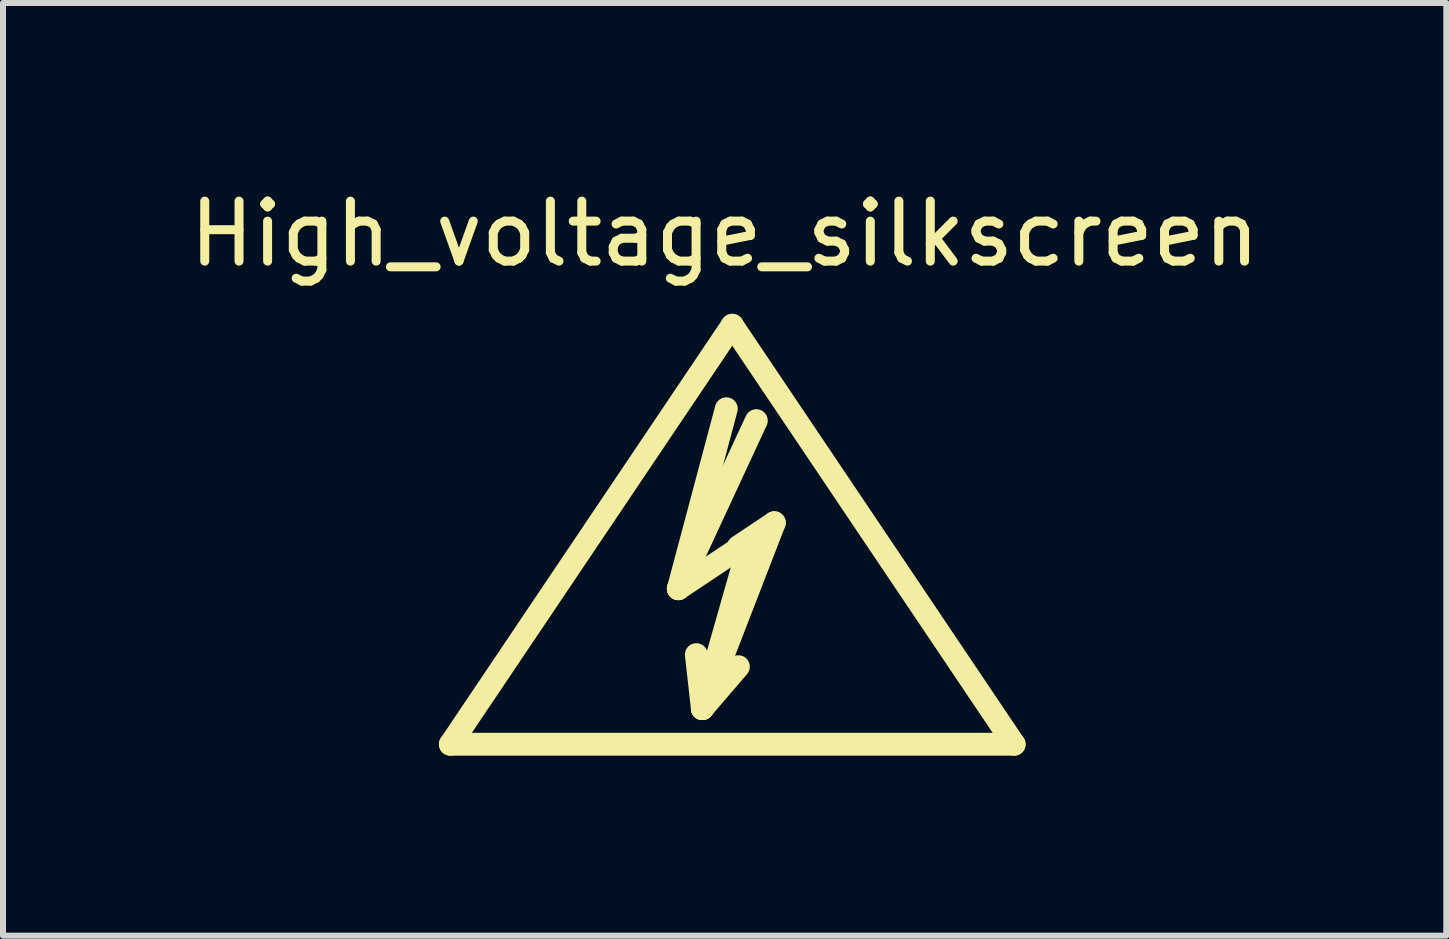
<source format=kicad_pcb>
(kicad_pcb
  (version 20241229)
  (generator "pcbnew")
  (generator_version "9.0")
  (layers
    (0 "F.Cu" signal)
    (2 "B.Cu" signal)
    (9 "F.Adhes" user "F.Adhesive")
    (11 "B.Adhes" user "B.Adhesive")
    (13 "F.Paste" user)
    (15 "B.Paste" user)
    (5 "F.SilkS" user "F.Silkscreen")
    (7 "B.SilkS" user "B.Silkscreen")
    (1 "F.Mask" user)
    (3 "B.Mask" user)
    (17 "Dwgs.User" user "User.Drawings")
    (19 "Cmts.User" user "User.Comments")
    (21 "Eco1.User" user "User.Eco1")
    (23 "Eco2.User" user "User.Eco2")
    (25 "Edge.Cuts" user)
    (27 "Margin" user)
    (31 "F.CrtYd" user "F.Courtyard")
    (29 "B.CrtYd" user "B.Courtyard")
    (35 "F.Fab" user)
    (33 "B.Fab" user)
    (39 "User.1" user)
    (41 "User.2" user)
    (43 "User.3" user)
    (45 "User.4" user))
  (footprint "High_voltage_silkscreen"
    (layer "F.Cu")
    (at 9.157 6.563)
    (property "Reference" "High_voltage_silkscreen" (at -0.127 -5.715 0) (layer "F.SilkS") (effects (font (size 1 1) (thickness 0.15))))
    (attr exclude_from_pos_files exclude_from_bom)
    (fp_line (start -4.699 2.794) (end 0 -4.191) (stroke (width 0.381) (type solid)) (layer "F.SilkS"))
    (fp_line (start -0.899 0.201) (end 0.3 -0.599) (stroke (width 0.381) (type solid)) (layer "F.SilkS"))
    (fp_line (start -0.899 0.201) (end 0.401 -2.601) (stroke (width 0.381) (type solid)) (layer "F.SilkS"))
    (fp_line (start -0.498 2.2) (end -0.599 1.3) (stroke (width 0.381) (type solid)) (layer "F.SilkS"))
    (fp_line (start -0.498 2.2) (end 0.102 1.501) (stroke (width 0.381) (type solid)) (layer "F.SilkS"))
    (fp_line (start -0.498 2.2) (end 0.701 -0.899) (stroke (width 0.381) (type solid)) (layer "F.SilkS"))
    (fp_line (start -0.099 -2.799) (end -0.899 0.201) (stroke (width 0.381) (type solid)) (layer "F.SilkS"))
    (fp_line (start 0 -4.191) (end 4.699 2.794) (stroke (width 0.381) (type solid)) (layer "F.SilkS"))
    (fp_line (start 0.3 -0.599) (end -0.498 2.2) (stroke (width 0.381) (type solid)) (layer "F.SilkS"))
    (fp_line (start 0.701 -0.899) (end 0.102 -0.5) (stroke (width 0.381) (type solid)) (layer "F.SilkS"))
    (fp_line (start 4.699 2.794) (end -4.699 2.794) (stroke (width 0.381) (type solid)) (layer "F.SilkS")))
  (gr_rect
    (start -3 -3)
    (end 21.06 12.548)
    (stroke (width 0.1) (type default))
    (fill no)
    (layer "Edge.Cuts")))
</source>
